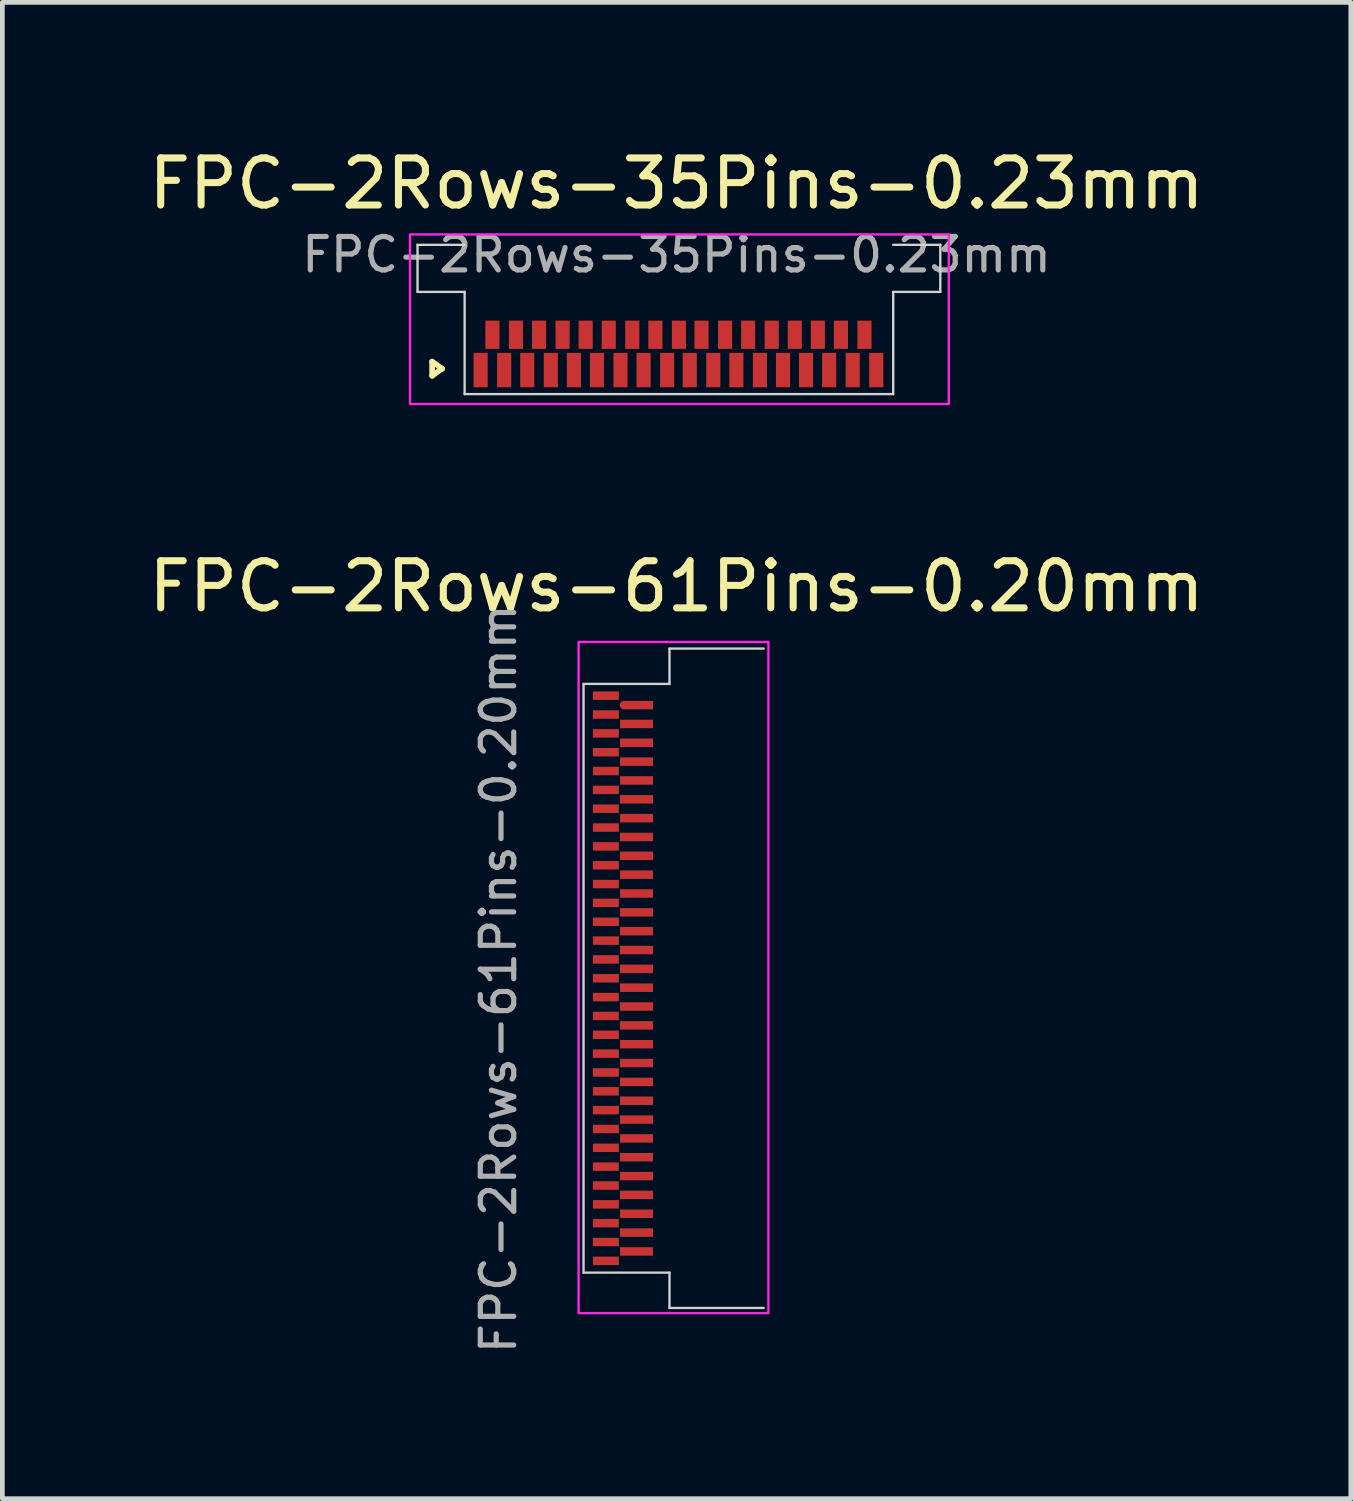
<source format=kicad_pcb>
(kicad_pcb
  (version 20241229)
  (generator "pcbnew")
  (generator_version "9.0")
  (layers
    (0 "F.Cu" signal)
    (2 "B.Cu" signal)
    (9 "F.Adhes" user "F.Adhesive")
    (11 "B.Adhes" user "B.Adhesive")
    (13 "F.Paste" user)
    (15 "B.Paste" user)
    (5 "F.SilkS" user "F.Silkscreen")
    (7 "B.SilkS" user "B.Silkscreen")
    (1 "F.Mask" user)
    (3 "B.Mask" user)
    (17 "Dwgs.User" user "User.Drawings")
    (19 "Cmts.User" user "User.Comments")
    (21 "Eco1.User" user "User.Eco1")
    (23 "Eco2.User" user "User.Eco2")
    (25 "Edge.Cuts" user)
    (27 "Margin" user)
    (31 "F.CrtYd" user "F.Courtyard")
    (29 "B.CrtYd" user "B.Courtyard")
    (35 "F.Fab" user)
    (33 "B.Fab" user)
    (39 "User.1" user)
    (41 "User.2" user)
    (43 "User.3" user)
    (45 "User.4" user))
  (footprint "FPC-2Rows-35Pins-0.23mm"
    (layer "F.Cu")
    (at 11.355 3.358)
    (property "Reference" "FPC-2Rows-35Pins-0.23mm" (at -0.04 -2.51 0) (layer "F.SilkS") (effects (font (size 1 1) (thickness 0.15))))
    (attr smd)
    (fp_poly (pts (xy -4.55 1.94) (xy -4.55 0.24) (xy 4.55 0.24) (xy 4.55 1.94)) (stroke (width 0.1) (type solid)) (fill yes) (layer "F.Mask"))
    (fp_line (start -5.23 1.27) (end -5.018 1.42) (stroke (width 0.12) (type solid)) (layer "F.SilkS"))
    (fp_line (start -5.23 1.57) (end -5.23 1.27) (stroke (width 0.12) (type solid)) (layer "F.SilkS"))
    (fp_line (start -5.018 1.42) (end -5.23 1.57) (stroke (width 0.12) (type solid)) (layer "F.SilkS"))
    (fp_line (start -5.54 -0.21) (end -5.54 -1.21) (stroke (width 0.05) (type default)) (layer "Edge.Cuts"))
    (fp_line (start -4.54 -1.21) (end -5.54 -1.21) (stroke (width 0.05) (type default)) (layer "Edge.Cuts"))
    (fp_line (start -4.54 -0.21) (end -5.54 -0.21) (stroke (width 0.05) (type default)) (layer "Edge.Cuts"))
    (fp_line (start -4.54 1.96) (end -4.54 -0.21) (stroke (width 0.05) (type default)) (layer "Edge.Cuts"))
    (fp_line (start -4.54 1.96) (end 4.56 1.96) (stroke (width 0.05) (type default)) (layer "Edge.Cuts"))
    (fp_line (start 4.56 -1.21) (end 5.56 -1.21) (stroke (width 0.05) (type default)) (layer "Edge.Cuts"))
    (fp_line (start 4.56 -0.21) (end 5.56 -0.21) (stroke (width 0.05) (type default)) (layer "Edge.Cuts"))
    (fp_line (start 4.56 1.96) (end 4.56 -0.21) (stroke (width 0.05) (type default)) (layer "Edge.Cuts"))
    (fp_line (start 5.56 -0.21) (end 5.56 -1.21) (stroke (width 0.05) (type default)) (layer "Edge.Cuts"))
    (fp_rect (start -5.7 -1.43) (end 5.74 2.17) (stroke (width 0.05) (type default)) (fill no) (layer "F.CrtYd"))
    (fp_text user "${REFERENCE}" (at -0.04 -1 0) (layer "F.Fab") (effects (font (size 0.71 0.71) (thickness 0.11))))
    (pad "1" smd rect (at -4.2 1.45) (size 0.3 0.73) (layers "F.Cu" "F.Mask" "F.Paste"))
    (pad "2" smd rect (at -3.95 0.7) (size 0.3 0.6) (layers "F.Cu" "F.Mask" "F.Paste"))
    (pad "3" smd rect (at -3.7 1.45) (size 0.3 0.73) (layers "F.Cu" "F.Mask" "F.Paste"))
    (pad "4" smd rect (at -3.45 0.7) (size 0.3 0.6) (layers "F.Cu" "F.Mask" "F.Paste"))
    (pad "5" smd rect (at -3.21 1.45) (size 0.3 0.73) (layers "F.Cu" "F.Mask" "F.Paste"))
    (pad "6" smd rect (at -2.96 0.7) (size 0.3 0.6) (layers "F.Cu" "F.Mask" "F.Paste"))
    (pad "7" smd rect (at -2.71 1.45) (size 0.3 0.73) (layers "F.Cu" "F.Mask" "F.Paste"))
    (pad "8" smd rect (at -2.46 0.7) (size 0.3 0.6) (layers "F.Cu" "F.Mask" "F.Paste"))
    (pad "9" smd rect (at -2.22 1.45) (size 0.3 0.73) (layers "F.Cu" "F.Mask" "F.Paste"))
    (pad "10" smd rect (at -1.97 0.7) (size 0.3 0.6) (layers "F.Cu" "F.Mask" "F.Paste"))
    (pad "11" smd rect (at -1.73 1.45) (size 0.3 0.73) (layers "F.Cu" "F.Mask" "F.Paste"))
    (pad "12" smd rect (at -1.48 0.7) (size 0.3 0.6) (layers "F.Cu" "F.Mask" "F.Paste"))
    (pad "13" smd rect (at -1.23 1.45) (size 0.3 0.73) (layers "F.Cu" "F.Mask" "F.Paste"))
    (pad "14" smd rect (at -0.98 0.7) (size 0.3 0.6) (layers "F.Cu" "F.Mask" "F.Paste"))
    (pad "15" smd rect (at -0.74 1.45) (size 0.3 0.73) (layers "F.Cu" "F.Mask" "F.Paste"))
    (pad "16" smd rect (at -0.49 0.7) (size 0.3 0.6) (layers "F.Cu" "F.Mask" "F.Paste"))
    (pad "17" smd rect (at -0.24 1.45) (size 0.3 0.73) (layers "F.Cu" "F.Mask" "F.Paste"))
    (pad "18" smd rect (at 0.01 0.7) (size 0.3 0.6) (layers "F.Cu" "F.Mask" "F.Paste"))
    (pad "19" smd rect (at 0.24 1.45) (size 0.3 0.73) (layers "F.Cu" "F.Mask" "F.Paste"))
    (pad "20" smd rect (at 0.49 0.7) (size 0.3 0.6) (layers "F.Cu" "F.Mask" "F.Paste"))
    (pad "21" smd rect (at 0.74 1.45) (size 0.3 0.73) (layers "F.Cu" "F.Mask" "F.Paste"))
    (pad "22" smd rect (at 0.99 0.7) (size 0.3 0.6) (layers "F.Cu" "F.Mask" "F.Paste"))
    (pad "23" smd rect (at 1.23 1.45) (size 0.3 0.73) (layers "F.Cu" "F.Mask" "F.Paste"))
    (pad "24" smd rect (at 1.48 0.7) (size 0.3 0.6) (layers "F.Cu" "F.Mask" "F.Paste"))
    (pad "25" smd rect (at 1.73 1.45) (size 0.3 0.73) (layers "F.Cu" "F.Mask" "F.Paste"))
    (pad "26" smd rect (at 1.98 0.7) (size 0.3 0.6) (layers "F.Cu" "F.Mask" "F.Paste"))
    (pad "27" smd rect (at 2.22 1.45) (size 0.3 0.73) (layers "F.Cu" "F.Mask" "F.Paste"))
    (pad "28" smd rect (at 2.47 0.7) (size 0.3 0.6) (layers "F.Cu" "F.Mask" "F.Paste"))
    (pad "29" smd rect (at 2.71 1.45) (size 0.3 0.73) (layers "F.Cu" "F.Mask" "F.Paste"))
    (pad "30" smd rect (at 2.96 0.7) (size 0.3 0.6) (layers "F.Cu" "F.Mask" "F.Paste"))
    (pad "31" smd rect (at 3.2 1.45) (size 0.3 0.73) (layers "F.Cu" "F.Mask" "F.Paste"))
    (pad "32" smd rect (at 3.45 0.7) (size 0.3 0.6) (layers "F.Cu" "F.Mask" "F.Paste"))
    (pad "33" smd rect (at 3.7 1.45) (size 0.3 0.73) (layers "F.Cu" "F.Mask" "F.Paste"))
    (pad "34" smd rect (at 3.95 0.7) (size 0.3 0.6) (layers "F.Cu" "F.Mask" "F.Paste"))
    (pad "35" smd rect (at 4.2 1.45) (size 0.3 0.73) (layers "F.Cu" "F.Mask" "F.Paste")))
  (footprint "FPC-2Rows-61Pins-0.20mm"
    (layer "F.Cu")
    (at 11.165 17.721)
    (property "Reference" "FPC-2Rows-61Pins-0.20mm" (at 0.15 -8.32 0) (layer "F.SilkS") (effects (font (size 1 1) (thickness 0.15))))
    (attr smd)
    (fp_poly (pts (xy -1.83 -6.25) (xy 0 -6.25) (xy 0 6.25) (xy -1.83 6.25)) (stroke (width 0.1) (type solid)) (fill yes) (layer "F.Mask"))
    (fp_line (start -1.825 -6.25) (end -1.825 6.25) (stroke (width 0.05) (type solid)) (layer "Edge.Cuts"))
    (fp_line (start -1.825 -6.25) (end 0 -6.25) (stroke (width 0.05) (type solid)) (layer "Edge.Cuts"))
    (fp_line (start -1.825 6.25) (end 0 6.25) (stroke (width 0.05) (type default)) (layer "Edge.Cuts"))
    (fp_line (start 0 -7) (end 2 -7) (stroke (width 0.05) (type solid)) (layer "Edge.Cuts"))
    (fp_line (start 0 -6.25) (end 0 -7) (stroke (width 0.05) (type default)) (layer "Edge.Cuts"))
    (fp_line (start 0 6.25) (end 0 7) (stroke (width 0.05) (type default)) (layer "Edge.Cuts"))
    (fp_line (start 0 7) (end 2 7) (stroke (width 0.05) (type default)) (layer "Edge.Cuts"))
    (fp_rect (start -1.93 -7.14) (end 2.1 7.11) (stroke (width 0.05) (type default)) (fill no) (layer "F.CrtYd"))
    (fp_text user "${REFERENCE}" (at -3.63 0.01 90) (layer "F.Fab") (effects (font (size 0.71 0.71) (thickness 0.11))))
    (pad "1" smd rect (at -1.35 -6) (size 0.55 0.18) (layers "F.Cu" "F.Mask" "F.Paste"))
    (pad "2" smd custom (at -0.7 -5.8) (size 0.6 0.18) (layers "F.Cu" "F.Mask" "F.Paste") (options (anchor rect)) (primitives (gr_poly (pts (xy 0.35 -0.09) (xy 0.35 0.09) (xy -0.3 0.09) (xy -0.35 0.04) (xy -0.35 -0.04) (xy -0.3 -0.09)) (width 0) (fill yes))))
    (pad "3" smd rect (at -1.35 -5.6) (size 0.55 0.18) (layers "F.Cu" "F.Mask" "F.Paste"))
    (pad "4" smd rect (at -0.7 -5.4) (size 0.7 0.18) (layers "F.Cu" "F.Mask" "F.Paste"))
    (pad "5" smd rect (at -1.35 -5.2) (size 0.55 0.18) (layers "F.Cu" "F.Mask" "F.Paste"))
    (pad "6" smd rect (at -0.7 -5) (size 0.7 0.18) (layers "F.Cu" "F.Mask" "F.Paste"))
    (pad "7" smd rect (at -1.35 -4.8) (size 0.55 0.18) (layers "F.Cu" "F.Mask" "F.Paste"))
    (pad "8" smd rect (at -0.7 -4.6) (size 0.7 0.18) (layers "F.Cu" "F.Mask" "F.Paste"))
    (pad "9" smd rect (at -1.35 -4.4) (size 0.55 0.18) (layers "F.Cu" "F.Mask" "F.Paste"))
    (pad "10" smd rect (at -0.7 -4.2) (size 0.7 0.18) (layers "F.Cu" "F.Mask" "F.Paste"))
    (pad "11" smd rect (at -1.35 -4) (size 0.55 0.18) (layers "F.Cu" "F.Mask" "F.Paste"))
    (pad "12" smd rect (at -0.7 -3.8) (size 0.7 0.18) (layers "F.Cu" "F.Mask" "F.Paste"))
    (pad "13" smd rect (at -1.35 -3.6) (size 0.55 0.18) (layers "F.Cu" "F.Mask" "F.Paste"))
    (pad "14" smd rect (at -0.7 -3.4) (size 0.7 0.18) (layers "F.Cu" "F.Mask" "F.Paste"))
    (pad "15" smd rect (at -1.35 -3.2) (size 0.55 0.18) (layers "F.Cu" "F.Mask" "F.Paste"))
    (pad "16" smd rect (at -0.7 -3) (size 0.7 0.18) (layers "F.Cu" "F.Mask" "F.Paste"))
    (pad "17" smd rect (at -1.35 -2.8) (size 0.55 0.18) (layers "F.Cu" "F.Mask" "F.Paste"))
    (pad "18" smd rect (at -0.7 -2.6) (size 0.7 0.18) (layers "F.Cu" "F.Mask" "F.Paste"))
    (pad "19" smd rect (at -1.35 -2.4) (size 0.55 0.18) (layers "F.Cu" "F.Mask" "F.Paste"))
    (pad "20" smd rect (at -0.7 -2.2) (size 0.7 0.18) (layers "F.Cu" "F.Mask" "F.Paste"))
    (pad "21" smd rect (at -1.35 -2) (size 0.55 0.18) (layers "F.Cu" "F.Mask" "F.Paste"))
    (pad "22" smd rect (at -0.7 -1.8) (size 0.7 0.18) (layers "F.Cu" "F.Mask" "F.Paste"))
    (pad "23" smd rect (at -1.35 -1.6) (size 0.55 0.18) (layers "F.Cu" "F.Mask" "F.Paste"))
    (pad "24" smd rect (at -0.7 -1.4) (size 0.7 0.18) (layers "F.Cu" "F.Mask" "F.Paste"))
    (pad "25" smd rect (at -1.35 -1.2) (size 0.55 0.18) (layers "F.Cu" "F.Mask" "F.Paste"))
    (pad "26" smd rect (at -0.7 -1) (size 0.7 0.18) (layers "F.Cu" "F.Mask" "F.Paste"))
    (pad "27" smd rect (at -1.35 -0.8) (size 0.55 0.18) (layers "F.Cu" "F.Mask" "F.Paste"))
    (pad "28" smd rect (at -0.7 -0.6) (size 0.7 0.18) (layers "F.Cu" "F.Mask" "F.Paste"))
    (pad "29" smd rect (at -1.35 -0.4) (size 0.55 0.18) (layers "F.Cu" "F.Mask" "F.Paste"))
    (pad "30" smd rect (at -0.7 -0.2) (size 0.7 0.18) (layers "F.Cu" "F.Mask" "F.Paste"))
    (pad "31" smd rect (at -1.35 0) (size 0.55 0.18) (layers "F.Cu" "F.Mask" "F.Paste"))
    (pad "32" smd rect (at -0.7 0.2) (size 0.7 0.18) (layers "F.Cu" "F.Mask" "F.Paste"))
    (pad "33" smd rect (at -1.35 0.4) (size 0.55 0.18) (layers "F.Cu" "F.Mask" "F.Paste"))
    (pad "34" smd rect (at -0.7 0.6) (size 0.7 0.18) (layers "F.Cu" "F.Mask" "F.Paste"))
    (pad "35" smd rect (at -1.35 0.8) (size 0.55 0.18) (layers "F.Cu" "F.Mask" "F.Paste"))
    (pad "36" smd rect (at -0.7 1) (size 0.7 0.18) (layers "F.Cu" "F.Mask" "F.Paste"))
    (pad "37" smd rect (at -1.35 1.2) (size 0.55 0.18) (layers "F.Cu" "F.Mask" "F.Paste"))
    (pad "38" smd rect (at -0.7 1.4) (size 0.7 0.18) (layers "F.Cu" "F.Mask" "F.Paste"))
    (pad "39" smd rect (at -1.35 1.6) (size 0.55 0.18) (layers "F.Cu" "F.Mask" "F.Paste"))
    (pad "40" smd rect (at -0.7 1.8) (size 0.7 0.18) (layers "F.Cu" "F.Mask" "F.Paste"))
    (pad "41" smd rect (at -1.35 2) (size 0.55 0.18) (layers "F.Cu" "F.Mask" "F.Paste"))
    (pad "42" smd rect (at -0.7 2.2) (size 0.7 0.18) (layers "F.Cu" "F.Mask" "F.Paste"))
    (pad "43" smd rect (at -1.35 2.4) (size 0.55 0.18) (layers "F.Cu" "F.Mask" "F.Paste"))
    (pad "44" smd rect (at -0.7 2.6) (size 0.7 0.18) (layers "F.Cu" "F.Mask" "F.Paste"))
    (pad "45" smd rect (at -1.35 2.8) (size 0.55 0.18) (layers "F.Cu" "F.Mask" "F.Paste"))
    (pad "46" smd rect (at -0.7 3) (size 0.7 0.18) (layers "F.Cu" "F.Mask" "F.Paste"))
    (pad "47" smd rect (at -1.35 3.2) (size 0.55 0.18) (layers "F.Cu" "F.Mask" "F.Paste"))
    (pad "48" smd rect (at -0.7 3.4) (size 0.7 0.18) (layers "F.Cu" "F.Mask" "F.Paste"))
    (pad "49" smd rect (at -1.35 3.6) (size 0.55 0.18) (layers "F.Cu" "F.Mask" "F.Paste"))
    (pad "50" smd rect (at -0.7 3.8) (size 0.7 0.18) (layers "F.Cu" "F.Mask" "F.Paste"))
    (pad "51" smd rect (at -1.35 4) (size 0.55 0.18) (layers "F.Cu" "F.Mask" "F.Paste"))
    (pad "52" smd rect (at -0.7 4.2) (size 0.7 0.18) (layers "F.Cu" "F.Mask" "F.Paste"))
    (pad "53" smd rect (at -1.35 4.4) (size 0.55 0.18) (layers "F.Cu" "F.Mask" "F.Paste"))
    (pad "54" smd rect (at -0.7 4.6) (size 0.7 0.18) (layers "F.Cu" "F.Mask" "F.Paste"))
    (pad "55" smd rect (at -1.35 4.8) (size 0.55 0.18) (layers "F.Cu" "F.Mask" "F.Paste"))
    (pad "56" smd rect (at -0.7 5) (size 0.7 0.18) (layers "F.Cu" "F.Mask" "F.Paste"))
    (pad "57" smd rect (at -1.35 5.2) (size 0.55 0.18) (layers "F.Cu" "F.Mask" "F.Paste"))
    (pad "58" smd rect (at -0.7 5.4) (size 0.7 0.18) (layers "F.Cu" "F.Mask" "F.Paste"))
    (pad "59" smd rect (at -1.35 5.6) (size 0.55 0.18) (layers "F.Cu" "F.Mask" "F.Paste"))
    (pad "60" smd rect (at -0.7 5.8) (size 0.7 0.18) (layers "F.Cu" "F.Mask" "F.Paste"))
    (pad "61" smd rect (at -1.35 6) (size 0.55 0.18) (layers "F.Cu" "F.Mask" "F.Paste")))
  (gr_rect
    (start -3 -3)
    (end 25.631 28.771)
    (stroke (width 0.1) (type default))
    (fill no)
    (layer "Edge.Cuts")))
</source>
